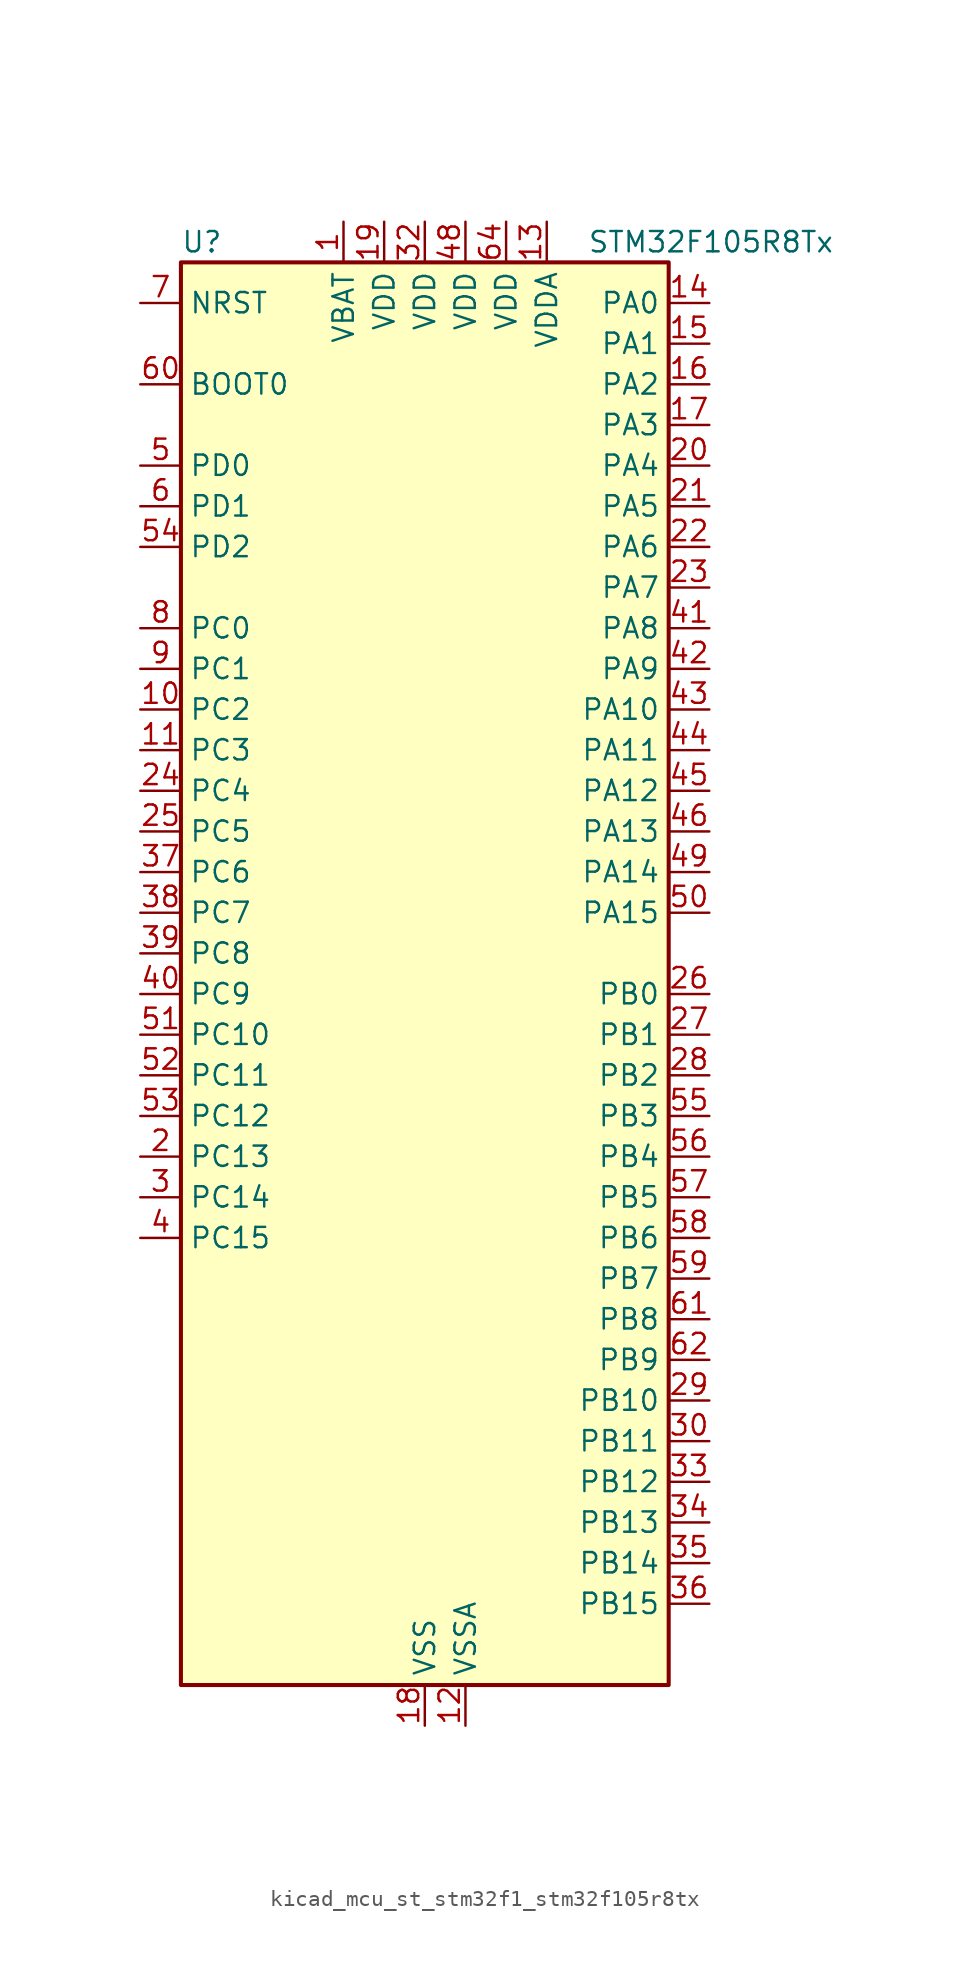
<source format=kicad_sym>
(kicad_symbol_lib
  (version 20220914)
  (generator kicad_symbol_editor)
  (symbol "kicad_mcu_st_stm32f1_stm32f105r8tx"
    (property "Reference" "U"
      (at -15.24 46.99 0)
      (effects (font (size 1.27 1.27)) (justify left)))
    (property "Value" "STM32F105R8Tx"
      (at 10.16 46.99 0)
      (effects (font (size 1.27 1.27)) (justify left)))
    (property "ki_locked" ""
      (at 0 0 0)
      (effects (font (size 1.27 1.27))))
    (symbol "kicad_mcu_st_stm32f1_stm32f105r8tx_0_1"
      (rectangle (start -15.24 -43.18) (end 15.24 45.72) (stroke (width 0.254) (type default)) (fill (type background))))
    (symbol "kicad_mcu_st_stm32f1_stm32f105r8tx_1_1"
      (pin power_in line (at -5.08 48.26 270) (length 2.54) (name "VBAT" (effects (font (size 1.27 1.27)))) (number "1" (effects (font (size 1.27 1.27)))))
      (pin bidirectional line (at -17.78 17.78 0) (length 2.54) (name "PC2" (effects (font (size 1.27 1.27)))) (number "10" (effects (font (size 1.27 1.27)))) (alternate "ADC1_IN12" bidirectional line) (alternate "ADC2_IN12" bidirectional line))
      (pin bidirectional line (at -17.78 15.24 0) (length 2.54) (name "PC3" (effects (font (size 1.27 1.27)))) (number "11" (effects (font (size 1.27 1.27)))) (alternate "ADC1_IN13" bidirectional line) (alternate "ADC2_IN13" bidirectional line))
      (pin power_in line (at 2.54 -45.72 90) (length 2.54) (name "VSSA" (effects (font (size 1.27 1.27)))) (number "12" (effects (font (size 1.27 1.27)))))
      (pin power_in line (at 7.62 48.26 270) (length 2.54) (name "VDDA" (effects (font (size 1.27 1.27)))) (number "13" (effects (font (size 1.27 1.27)))))
      (pin bidirectional line (at 17.78 43.18 180) (length 2.54) (name "PA0" (effects (font (size 1.27 1.27)))) (number "14" (effects (font (size 1.27 1.27)))) (alternate "ADC1_IN0" bidirectional line) (alternate "ADC2_IN0" bidirectional line) (alternate "SYS_WKUP" bidirectional line) (alternate "TIM2_CH1" bidirectional line) (alternate "TIM2_ETR" bidirectional line) (alternate "TIM5_CH1" bidirectional line) (alternate "USART2_CTS" bidirectional line))
      (pin bidirectional line (at 17.78 40.64 180) (length 2.54) (name "PA1" (effects (font (size 1.27 1.27)))) (number "15" (effects (font (size 1.27 1.27)))) (alternate "ADC1_IN1" bidirectional line) (alternate "ADC2_IN1" bidirectional line) (alternate "TIM2_CH2" bidirectional line) (alternate "TIM5_CH2" bidirectional line) (alternate "USART2_RTS" bidirectional line))
      (pin bidirectional line (at 17.78 38.1 180) (length 2.54) (name "PA2" (effects (font (size 1.27 1.27)))) (number "16" (effects (font (size 1.27 1.27)))) (alternate "ADC1_IN2" bidirectional line) (alternate "ADC2_IN2" bidirectional line) (alternate "TIM2_CH3" bidirectional line) (alternate "TIM5_CH3" bidirectional line) (alternate "USART2_TX" bidirectional line))
      (pin bidirectional line (at 17.78 35.56 180) (length 2.54) (name "PA3" (effects (font (size 1.27 1.27)))) (number "17" (effects (font (size 1.27 1.27)))) (alternate "ADC1_IN3" bidirectional line) (alternate "ADC2_IN3" bidirectional line) (alternate "TIM2_CH4" bidirectional line) (alternate "TIM5_CH4" bidirectional line) (alternate "USART2_RX" bidirectional line))
      (pin power_in line (at 0 -45.72 90) (length 2.54) (name "VSS" (effects (font (size 1.27 1.27)))) (number "18" (effects (font (size 1.27 1.27)))))
      (pin power_in line (at -2.54 48.26 270) (length 2.54) (name "VDD" (effects (font (size 1.27 1.27)))) (number "19" (effects (font (size 1.27 1.27)))))
      (pin bidirectional line (at -17.78 -10.16 0) (length 2.54) (name "PC13" (effects (font (size 1.27 1.27)))) (number "2" (effects (font (size 1.27 1.27)))) (alternate "RTC_OUT" bidirectional line) (alternate "RTC_TAMPER" bidirectional line))
      (pin bidirectional line (at 17.78 33.02 180) (length 2.54) (name "PA4" (effects (font (size 1.27 1.27)))) (number "20" (effects (font (size 1.27 1.27)))) (alternate "ADC1_IN4" bidirectional line) (alternate "ADC2_IN4" bidirectional line) (alternate "DAC_OUT1" bidirectional line) (alternate "I2S3_WS" bidirectional line) (alternate "SPI1_NSS" bidirectional line) (alternate "SPI3_NSS" bidirectional line) (alternate "USART2_CK" bidirectional line))
      (pin bidirectional line (at 17.78 30.48 180) (length 2.54) (name "PA5" (effects (font (size 1.27 1.27)))) (number "21" (effects (font (size 1.27 1.27)))) (alternate "ADC1_IN5" bidirectional line) (alternate "ADC2_IN5" bidirectional line) (alternate "DAC_OUT2" bidirectional line) (alternate "SPI1_SCK" bidirectional line))
      (pin bidirectional line (at 17.78 27.94 180) (length 2.54) (name "PA6" (effects (font (size 1.27 1.27)))) (number "22" (effects (font (size 1.27 1.27)))) (alternate "ADC1_IN6" bidirectional line) (alternate "ADC2_IN6" bidirectional line) (alternate "SPI1_MISO" bidirectional line) (alternate "TIM1_BKIN" bidirectional line) (alternate "TIM3_CH1" bidirectional line))
      (pin bidirectional line (at 17.78 25.4 180) (length 2.54) (name "PA7" (effects (font (size 1.27 1.27)))) (number "23" (effects (font (size 1.27 1.27)))) (alternate "ADC1_IN7" bidirectional line) (alternate "ADC2_IN7" bidirectional line) (alternate "SPI1_MOSI" bidirectional line) (alternate "TIM1_CH1N" bidirectional line) (alternate "TIM3_CH2" bidirectional line))
      (pin bidirectional line (at -17.78 12.7 0) (length 2.54) (name "PC4" (effects (font (size 1.27 1.27)))) (number "24" (effects (font (size 1.27 1.27)))) (alternate "ADC1_IN14" bidirectional line) (alternate "ADC2_IN14" bidirectional line))
      (pin bidirectional line (at -17.78 10.16 0) (length 2.54) (name "PC5" (effects (font (size 1.27 1.27)))) (number "25" (effects (font (size 1.27 1.27)))) (alternate "ADC1_IN15" bidirectional line) (alternate "ADC2_IN15" bidirectional line))
      (pin bidirectional line (at 17.78 0 180) (length 2.54) (name "PB0" (effects (font (size 1.27 1.27)))) (number "26" (effects (font (size 1.27 1.27)))) (alternate "ADC1_IN8" bidirectional line) (alternate "ADC2_IN8" bidirectional line) (alternate "TIM1_CH2N" bidirectional line) (alternate "TIM3_CH3" bidirectional line))
      (pin bidirectional line (at 17.78 -2.54 180) (length 2.54) (name "PB1" (effects (font (size 1.27 1.27)))) (number "27" (effects (font (size 1.27 1.27)))) (alternate "ADC1_IN9" bidirectional line) (alternate "ADC2_IN9" bidirectional line) (alternate "TIM1_CH3N" bidirectional line) (alternate "TIM3_CH4" bidirectional line))
      (pin bidirectional line (at 17.78 -5.08 180) (length 2.54) (name "PB2" (effects (font (size 1.27 1.27)))) (number "28" (effects (font (size 1.27 1.27)))))
      (pin bidirectional line (at 17.78 -25.4 180) (length 2.54) (name "PB10" (effects (font (size 1.27 1.27)))) (number "29" (effects (font (size 1.27 1.27)))) (alternate "I2C2_SCL" bidirectional line) (alternate "TIM2_CH3" bidirectional line) (alternate "USART3_TX" bidirectional line))
      (pin bidirectional line (at -17.78 -12.7 0) (length 2.54) (name "PC14" (effects (font (size 1.27 1.27)))) (number "3" (effects (font (size 1.27 1.27)))) (alternate "RCC_OSC32_IN" bidirectional line))
      (pin bidirectional line (at 17.78 -27.94 180) (length 2.54) (name "PB11" (effects (font (size 1.27 1.27)))) (number "30" (effects (font (size 1.27 1.27)))) (alternate "ADC1_EXTI11" bidirectional line) (alternate "ADC2_EXTI11" bidirectional line) (alternate "I2C2_SDA" bidirectional line) (alternate "TIM2_CH4" bidirectional line) (alternate "USART3_RX" bidirectional line))
      (pin passive line (at 0 -45.72 90) (length 2.54) hide (name "VSS" (effects (font (size 1.27 1.27)))) (number "31" (effects (font (size 1.27 1.27)))))
      (pin power_in line (at 0 48.26 270) (length 2.54) (name "VDD" (effects (font (size 1.27 1.27)))) (number "32" (effects (font (size 1.27 1.27)))))
      (pin bidirectional line (at 17.78 -30.48 180) (length 2.54) (name "PB12" (effects (font (size 1.27 1.27)))) (number "33" (effects (font (size 1.27 1.27)))) (alternate "CAN2_RX" bidirectional line) (alternate "I2C2_SMBA" bidirectional line) (alternate "I2S2_WS" bidirectional line) (alternate "SPI2_NSS" bidirectional line) (alternate "TIM1_BKIN" bidirectional line) (alternate "USART3_CK" bidirectional line))
      (pin bidirectional line (at 17.78 -33.02 180) (length 2.54) (name "PB13" (effects (font (size 1.27 1.27)))) (number "34" (effects (font (size 1.27 1.27)))) (alternate "CAN2_TX" bidirectional line) (alternate "I2S2_CK" bidirectional line) (alternate "SPI2_SCK" bidirectional line) (alternate "TIM1_CH1N" bidirectional line) (alternate "USART3_CTS" bidirectional line))
      (pin bidirectional line (at 17.78 -35.56 180) (length 2.54) (name "PB14" (effects (font (size 1.27 1.27)))) (number "35" (effects (font (size 1.27 1.27)))) (alternate "SPI2_MISO" bidirectional line) (alternate "TIM1_CH2N" bidirectional line) (alternate "USART3_RTS" bidirectional line))
      (pin bidirectional line (at 17.78 -38.1 180) (length 2.54) (name "PB15" (effects (font (size 1.27 1.27)))) (number "36" (effects (font (size 1.27 1.27)))) (alternate "ADC1_EXTI15" bidirectional line) (alternate "ADC2_EXTI15" bidirectional line) (alternate "I2S2_SD" bidirectional line) (alternate "SPI2_MOSI" bidirectional line) (alternate "TIM1_CH3N" bidirectional line))
      (pin bidirectional line (at -17.78 7.62 0) (length 2.54) (name "PC6" (effects (font (size 1.27 1.27)))) (number "37" (effects (font (size 1.27 1.27)))) (alternate "I2S2_MCK" bidirectional line) (alternate "TIM3_CH1" bidirectional line))
      (pin bidirectional line (at -17.78 5.08 0) (length 2.54) (name "PC7" (effects (font (size 1.27 1.27)))) (number "38" (effects (font (size 1.27 1.27)))) (alternate "I2S3_MCK" bidirectional line) (alternate "TIM3_CH2" bidirectional line))
      (pin bidirectional line (at -17.78 2.54 0) (length 2.54) (name "PC8" (effects (font (size 1.27 1.27)))) (number "39" (effects (font (size 1.27 1.27)))) (alternate "TIM3_CH3" bidirectional line))
      (pin bidirectional line (at -17.78 -15.24 0) (length 2.54) (name "PC15" (effects (font (size 1.27 1.27)))) (number "4" (effects (font (size 1.27 1.27)))) (alternate "ADC1_EXTI15" bidirectional line) (alternate "ADC2_EXTI15" bidirectional line) (alternate "RCC_OSC32_OUT" bidirectional line))
      (pin bidirectional line (at -17.78 0 0) (length 2.54) (name "PC9" (effects (font (size 1.27 1.27)))) (number "40" (effects (font (size 1.27 1.27)))) (alternate "DAC_EXTI9" bidirectional line) (alternate "TIM3_CH4" bidirectional line))
      (pin bidirectional line (at 17.78 22.86 180) (length 2.54) (name "PA8" (effects (font (size 1.27 1.27)))) (number "41" (effects (font (size 1.27 1.27)))) (alternate "RCC_MCO" bidirectional line) (alternate "TIM1_CH1" bidirectional line) (alternate "USART1_CK" bidirectional line) (alternate "USB_OTG_FS_SOF" bidirectional line))
      (pin bidirectional line (at 17.78 20.32 180) (length 2.54) (name "PA9" (effects (font (size 1.27 1.27)))) (number "42" (effects (font (size 1.27 1.27)))) (alternate "DAC_EXTI9" bidirectional line) (alternate "TIM1_CH2" bidirectional line) (alternate "USART1_TX" bidirectional line) (alternate "USB_OTG_FS_VBUS" bidirectional line))
      (pin bidirectional line (at 17.78 17.78 180) (length 2.54) (name "PA10" (effects (font (size 1.27 1.27)))) (number "43" (effects (font (size 1.27 1.27)))) (alternate "TIM1_CH3" bidirectional line) (alternate "USART1_RX" bidirectional line) (alternate "USB_OTG_FS_ID" bidirectional line))
      (pin bidirectional line (at 17.78 15.24 180) (length 2.54) (name "PA11" (effects (font (size 1.27 1.27)))) (number "44" (effects (font (size 1.27 1.27)))) (alternate "ADC1_EXTI11" bidirectional line) (alternate "ADC2_EXTI11" bidirectional line) (alternate "CAN1_RX" bidirectional line) (alternate "TIM1_CH4" bidirectional line) (alternate "USART1_CTS" bidirectional line) (alternate "USB_OTG_FS_DM" bidirectional line))
      (pin bidirectional line (at 17.78 12.7 180) (length 2.54) (name "PA12" (effects (font (size 1.27 1.27)))) (number "45" (effects (font (size 1.27 1.27)))) (alternate "CAN1_TX" bidirectional line) (alternate "TIM1_ETR" bidirectional line) (alternate "USART1_RTS" bidirectional line) (alternate "USB_OTG_FS_DP" bidirectional line))
      (pin bidirectional line (at 17.78 10.16 180) (length 2.54) (name "PA13" (effects (font (size 1.27 1.27)))) (number "46" (effects (font (size 1.27 1.27)))) (alternate "SYS_JTMS-SWDIO" bidirectional line))
      (pin passive line (at 0 -45.72 90) (length 2.54) hide (name "VSS" (effects (font (size 1.27 1.27)))) (number "47" (effects (font (size 1.27 1.27)))))
      (pin power_in line (at 2.54 48.26 270) (length 2.54) (name "VDD" (effects (font (size 1.27 1.27)))) (number "48" (effects (font (size 1.27 1.27)))))
      (pin bidirectional line (at 17.78 7.62 180) (length 2.54) (name "PA14" (effects (font (size 1.27 1.27)))) (number "49" (effects (font (size 1.27 1.27)))) (alternate "SYS_JTCK-SWCLK" bidirectional line))
      (pin bidirectional line (at -17.78 33.02 0) (length 2.54) (name "PD0" (effects (font (size 1.27 1.27)))) (number "5" (effects (font (size 1.27 1.27)))) (alternate "RCC_OSC_IN" bidirectional line))
      (pin bidirectional line (at 17.78 5.08 180) (length 2.54) (name "PA15" (effects (font (size 1.27 1.27)))) (number "50" (effects (font (size 1.27 1.27)))) (alternate "ADC1_EXTI15" bidirectional line) (alternate "ADC2_EXTI15" bidirectional line) (alternate "I2S3_WS" bidirectional line) (alternate "SPI1_NSS" bidirectional line) (alternate "SPI3_NSS" bidirectional line) (alternate "SYS_JTDI" bidirectional line) (alternate "TIM2_CH1" bidirectional line) (alternate "TIM2_ETR" bidirectional line))
      (pin bidirectional line (at -17.78 -2.54 0) (length 2.54) (name "PC10" (effects (font (size 1.27 1.27)))) (number "51" (effects (font (size 1.27 1.27)))) (alternate "I2S3_CK" bidirectional line) (alternate "SPI3_SCK" bidirectional line) (alternate "UART4_TX" bidirectional line) (alternate "USART3_TX" bidirectional line))
      (pin bidirectional line (at -17.78 -5.08 0) (length 2.54) (name "PC11" (effects (font (size 1.27 1.27)))) (number "52" (effects (font (size 1.27 1.27)))) (alternate "ADC1_EXTI11" bidirectional line) (alternate "ADC2_EXTI11" bidirectional line) (alternate "SPI3_MISO" bidirectional line) (alternate "UART4_RX" bidirectional line) (alternate "USART3_RX" bidirectional line))
      (pin bidirectional line (at -17.78 -7.62 0) (length 2.54) (name "PC12" (effects (font (size 1.27 1.27)))) (number "53" (effects (font (size 1.27 1.27)))) (alternate "I2S3_SD" bidirectional line) (alternate "SPI3_MOSI" bidirectional line) (alternate "UART5_TX" bidirectional line) (alternate "USART3_CK" bidirectional line))
      (pin bidirectional line (at -17.78 27.94 0) (length 2.54) (name "PD2" (effects (font (size 1.27 1.27)))) (number "54" (effects (font (size 1.27 1.27)))) (alternate "TIM3_ETR" bidirectional line) (alternate "UART5_RX" bidirectional line))
      (pin bidirectional line (at 17.78 -7.62 180) (length 2.54) (name "PB3" (effects (font (size 1.27 1.27)))) (number "55" (effects (font (size 1.27 1.27)))) (alternate "I2S3_CK" bidirectional line) (alternate "SPI1_SCK" bidirectional line) (alternate "SPI3_SCK" bidirectional line) (alternate "SYS_JTDO" bidirectional line) (alternate "SYS_TRACESWO" bidirectional line) (alternate "TIM2_CH2" bidirectional line))
      (pin bidirectional line (at 17.78 -10.16 180) (length 2.54) (name "PB4" (effects (font (size 1.27 1.27)))) (number "56" (effects (font (size 1.27 1.27)))) (alternate "SPI1_MISO" bidirectional line) (alternate "SPI3_MISO" bidirectional line) (alternate "SYS_NJTRST" bidirectional line) (alternate "TIM3_CH1" bidirectional line))
      (pin bidirectional line (at 17.78 -12.7 180) (length 2.54) (name "PB5" (effects (font (size 1.27 1.27)))) (number "57" (effects (font (size 1.27 1.27)))) (alternate "CAN2_RX" bidirectional line) (alternate "I2C1_SMBA" bidirectional line) (alternate "I2S3_SD" bidirectional line) (alternate "SPI1_MOSI" bidirectional line) (alternate "SPI3_MOSI" bidirectional line) (alternate "TIM3_CH2" bidirectional line))
      (pin bidirectional line (at 17.78 -15.24 180) (length 2.54) (name "PB6" (effects (font (size 1.27 1.27)))) (number "58" (effects (font (size 1.27 1.27)))) (alternate "CAN2_TX" bidirectional line) (alternate "I2C1_SCL" bidirectional line) (alternate "TIM4_CH1" bidirectional line) (alternate "USART1_TX" bidirectional line))
      (pin bidirectional line (at 17.78 -17.78 180) (length 2.54) (name "PB7" (effects (font (size 1.27 1.27)))) (number "59" (effects (font (size 1.27 1.27)))) (alternate "I2C1_SDA" bidirectional line) (alternate "TIM4_CH2" bidirectional line) (alternate "USART1_RX" bidirectional line))
      (pin bidirectional line (at -17.78 30.48 0) (length 2.54) (name "PD1" (effects (font (size 1.27 1.27)))) (number "6" (effects (font (size 1.27 1.27)))) (alternate "RCC_OSC_OUT" bidirectional line))
      (pin input line (at -17.78 38.1 0) (length 2.54) (name "BOOT0" (effects (font (size 1.27 1.27)))) (number "60" (effects (font (size 1.27 1.27)))))
      (pin bidirectional line (at 17.78 -20.32 180) (length 2.54) (name "PB8" (effects (font (size 1.27 1.27)))) (number "61" (effects (font (size 1.27 1.27)))) (alternate "CAN1_RX" bidirectional line) (alternate "I2C1_SCL" bidirectional line) (alternate "TIM4_CH3" bidirectional line))
      (pin bidirectional line (at 17.78 -22.86 180) (length 2.54) (name "PB9" (effects (font (size 1.27 1.27)))) (number "62" (effects (font (size 1.27 1.27)))) (alternate "CAN1_TX" bidirectional line) (alternate "DAC_EXTI9" bidirectional line) (alternate "I2C1_SDA" bidirectional line) (alternate "TIM4_CH4" bidirectional line))
      (pin passive line (at 0 -45.72 90) (length 2.54) hide (name "VSS" (effects (font (size 1.27 1.27)))) (number "63" (effects (font (size 1.27 1.27)))))
      (pin power_in line (at 5.08 48.26 270) (length 2.54) (name "VDD" (effects (font (size 1.27 1.27)))) (number "64" (effects (font (size 1.27 1.27)))))
      (pin input line (at -17.78 43.18 0) (length 2.54) (name "NRST" (effects (font (size 1.27 1.27)))) (number "7" (effects (font (size 1.27 1.27)))))
      (pin bidirectional line (at -17.78 22.86 0) (length 2.54) (name "PC0" (effects (font (size 1.27 1.27)))) (number "8" (effects (font (size 1.27 1.27)))) (alternate "ADC1_IN10" bidirectional line) (alternate "ADC2_IN10" bidirectional line))
      (pin bidirectional line (at -17.78 20.32 0) (length 2.54) (name "PC1" (effects (font (size 1.27 1.27)))) (number "9" (effects (font (size 1.27 1.27)))) (alternate "ADC1_IN11" bidirectional line) (alternate "ADC2_IN11" bidirectional line)))))
</source>
